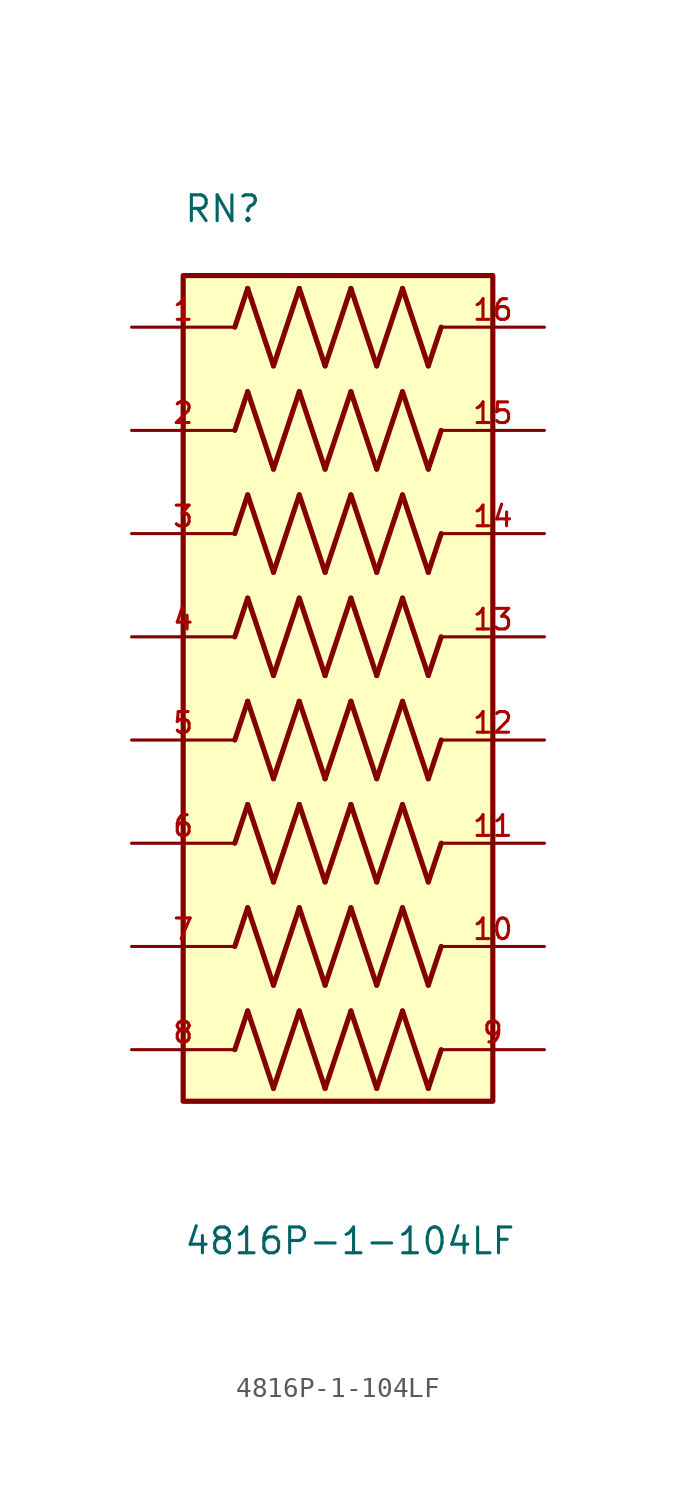
<source format=kicad_sym>
(kicad_symbol_lib
  (version 20211014)
  (generator kicad_symbol_editor)
  (symbol "4816P-1-104LF"
    (pin_names
      (offset 1.016))
    (property "Reference" "RN"
      (at -7.62 22.86 0)
      (effects (font (size 1.27 1.27)) (justify bottom left)))
    (property "Value" "4816P-1-104LF"
      (at -7.62 -27.94 0)
      (effects (font (size 1.27 1.27)) (justify bottom left)))
    (symbol "4816P-1-104LF_0_0"
      (polyline (pts (xy -5.08 -7.62) (xy -4.445 -5.715)) (stroke (width 0.254)))
      (polyline (pts (xy -4.445 -5.715) (xy -3.175 -9.525)) (stroke (width 0.254)))
      (polyline (pts (xy -3.175 -9.525) (xy -1.905 -5.715)) (stroke (width 0.254)))
      (polyline (pts (xy -1.905 -5.715) (xy -0.635 -9.525)) (stroke (width 0.254)))
      (polyline (pts (xy -0.635 -9.525) (xy 0.635 -5.715)) (stroke (width 0.254)))
      (polyline (pts (xy 0.635 -5.715) (xy 1.905 -9.525)) (stroke (width 0.254)))
      (polyline (pts (xy 1.905 -9.525) (xy 3.175 -5.715)) (stroke (width 0.254)))
      (polyline (pts (xy 3.175 -5.715) (xy 4.445 -9.525)) (stroke (width 0.254)))
      (polyline (pts (xy 4.445 -9.525) (xy 5.08 -7.62)) (stroke (width 0.254)))
      (polyline (pts (xy -5.08 -2.54) (xy -4.445 -0.635)) (stroke (width 0.254)))
      (polyline (pts (xy -4.445 -0.635) (xy -3.175 -4.445)) (stroke (width 0.254)))
      (polyline (pts (xy -3.175 -4.445) (xy -1.905 -0.635)) (stroke (width 0.254)))
      (polyline (pts (xy -1.905 -0.635) (xy -0.635 -4.445)) (stroke (width 0.254)))
      (polyline (pts (xy -0.635 -4.445) (xy 0.635 -0.635)) (stroke (width 0.254)))
      (polyline (pts (xy 0.635 -0.635) (xy 1.905 -4.445)) (stroke (width 0.254)))
      (polyline (pts (xy 1.905 -4.445) (xy 3.175 -0.635)) (stroke (width 0.254)))
      (polyline (pts (xy 3.175 -0.635) (xy 4.445 -4.445)) (stroke (width 0.254)))
      (polyline (pts (xy 4.445 -4.445) (xy 5.08 -2.54)) (stroke (width 0.254)))
      (polyline (pts (xy -5.08 2.54) (xy -4.445 4.445)) (stroke (width 0.254)))
      (polyline (pts (xy -4.445 4.445) (xy -3.175 0.635)) (stroke (width 0.254)))
      (polyline (pts (xy -3.175 0.635) (xy -1.905 4.445)) (stroke (width 0.254)))
      (polyline (pts (xy -1.905 4.445) (xy -0.635 0.635)) (stroke (width 0.254)))
      (polyline (pts (xy -0.635 0.635) (xy 0.635 4.445)) (stroke (width 0.254)))
      (polyline (pts (xy 0.635 4.445) (xy 1.905 0.635)) (stroke (width 0.254)))
      (polyline (pts (xy 1.905 0.635) (xy 3.175 4.445)) (stroke (width 0.254)))
      (polyline (pts (xy 3.175 4.445) (xy 4.445 0.635)) (stroke (width 0.254)))
      (polyline (pts (xy 4.445 0.635) (xy 5.08 2.54)) (stroke (width 0.254)))
      (polyline (pts (xy -5.08 7.62) (xy -4.445 9.525)) (stroke (width 0.254)))
      (polyline (pts (xy -4.445 9.525) (xy -3.175 5.715)) (stroke (width 0.254)))
      (polyline (pts (xy -3.175 5.715) (xy -1.905 9.525)) (stroke (width 0.254)))
      (polyline (pts (xy -1.905 9.525) (xy -0.635 5.715)) (stroke (width 0.254)))
      (polyline (pts (xy -0.635 5.715) (xy 0.635 9.525)) (stroke (width 0.254)))
      (polyline (pts (xy 0.635 9.525) (xy 1.905 5.715)) (stroke (width 0.254)))
      (polyline (pts (xy 1.905 5.715) (xy 3.175 9.525)) (stroke (width 0.254)))
      (polyline (pts (xy 3.175 9.525) (xy 4.445 5.715)) (stroke (width 0.254)))
      (polyline (pts (xy 4.445 5.715) (xy 5.08 7.62)) (stroke (width 0.254)))
      (polyline (pts (xy -5.08 12.7) (xy -4.445 14.605)) (stroke (width 0.254)))
      (polyline (pts (xy -4.445 14.605) (xy -3.175 10.795)) (stroke (width 0.254)))
      (polyline (pts (xy -3.175 10.795) (xy -1.905 14.605)) (stroke (width 0.254)))
      (polyline (pts (xy -1.905 14.605) (xy -0.635 10.795)) (stroke (width 0.254)))
      (polyline (pts (xy -0.635 10.795) (xy 0.635 14.605)) (stroke (width 0.254)))
      (polyline (pts (xy 0.635 14.605) (xy 1.905 10.795)) (stroke (width 0.254)))
      (polyline (pts (xy 1.905 10.795) (xy 3.175 14.605)) (stroke (width 0.254)))
      (polyline (pts (xy 3.175 14.605) (xy 4.445 10.795)) (stroke (width 0.254)))
      (polyline (pts (xy 4.445 10.795) (xy 5.08 12.7)) (stroke (width 0.254)))
      (polyline (pts (xy -5.08 17.78) (xy -4.445 19.685)) (stroke (width 0.254)))
      (polyline (pts (xy -4.445 19.685) (xy -3.175 15.875)) (stroke (width 0.254)))
      (polyline (pts (xy -3.175 15.875) (xy -1.905 19.685)) (stroke (width 0.254)))
      (polyline (pts (xy -1.905 19.685) (xy -0.635 15.875)) (stroke (width 0.254)))
      (polyline (pts (xy -0.635 15.875) (xy 0.635 19.685)) (stroke (width 0.254)))
      (polyline (pts (xy 0.635 19.685) (xy 1.905 15.875)) (stroke (width 0.254)))
      (polyline (pts (xy 1.905 15.875) (xy 3.175 19.685)) (stroke (width 0.254)))
      (polyline (pts (xy 3.175 19.685) (xy 4.445 15.875)) (stroke (width 0.254)))
      (polyline (pts (xy 4.445 15.875) (xy 5.08 17.78)) (stroke (width 0.254)))
      (polyline (pts (xy -5.08 -17.78) (xy -4.445 -15.875)) (stroke (width 0.254)))
      (polyline (pts (xy -4.445 -15.875) (xy -3.175 -19.685)) (stroke (width 0.254)))
      (polyline (pts (xy -3.175 -19.685) (xy -1.905 -15.875)) (stroke (width 0.254)))
      (polyline (pts (xy -1.905 -15.875) (xy -0.635 -19.685)) (stroke (width 0.254)))
      (polyline (pts (xy -0.635 -19.685) (xy 0.635 -15.875)) (stroke (width 0.254)))
      (polyline (pts (xy 0.635 -15.875) (xy 1.905 -19.685)) (stroke (width 0.254)))
      (polyline (pts (xy 1.905 -19.685) (xy 3.175 -15.875)) (stroke (width 0.254)))
      (polyline (pts (xy 3.175 -15.875) (xy 4.445 -19.685)) (stroke (width 0.254)))
      (polyline (pts (xy 4.445 -19.685) (xy 5.08 -17.78)) (stroke (width 0.254)))
      (polyline (pts (xy -5.08 -12.7) (xy -4.445 -10.795)) (stroke (width 0.254)))
      (polyline (pts (xy -4.445 -10.795) (xy -3.175 -14.605)) (stroke (width 0.254)))
      (polyline (pts (xy -3.175 -14.605) (xy -1.905 -10.795)) (stroke (width 0.254)))
      (polyline (pts (xy -1.905 -10.795) (xy -0.635 -14.605)) (stroke (width 0.254)))
      (polyline (pts (xy -0.635 -14.605) (xy 0.635 -10.795)) (stroke (width 0.254)))
      (polyline (pts (xy 0.635 -10.795) (xy 1.905 -14.605)) (stroke (width 0.254)))
      (polyline (pts (xy 1.905 -14.605) (xy 3.175 -10.795)) (stroke (width 0.254)))
      (polyline (pts (xy 3.175 -10.795) (xy 4.445 -14.605)) (stroke (width 0.254)))
      (polyline (pts (xy 4.445 -14.605) (xy 5.08 -12.7)) (stroke (width 0.254)))
      (rectangle (start -7.62 -20.32) (end 7.62 20.32) (stroke (width 0.254)) (fill (type background)))
      (pin passive line (at -10.16 -7.62 0) (length 5.08) (name "~" (effects (font (size 1.016 1.016)))) (number "6" (effects (font (size 1.016 1.016)))))
      (pin passive line (at 10.16 -7.62 180.0) (length 5.08) (name "~" (effects (font (size 1.016 1.016)))) (number "11" (effects (font (size 1.016 1.016)))))
      (pin passive line (at -10.16 -2.54 0) (length 5.08) (name "~" (effects (font (size 1.016 1.016)))) (number "5" (effects (font (size 1.016 1.016)))))
      (pin passive line (at 10.16 -2.54 180.0) (length 5.08) (name "~" (effects (font (size 1.016 1.016)))) (number "12" (effects (font (size 1.016 1.016)))))
      (pin passive line (at -10.16 2.54 0) (length 5.08) (name "~" (effects (font (size 1.016 1.016)))) (number "4" (effects (font (size 1.016 1.016)))))
      (pin passive line (at 10.16 2.54 180.0) (length 5.08) (name "~" (effects (font (size 1.016 1.016)))) (number "13" (effects (font (size 1.016 1.016)))))
      (pin passive line (at -10.16 7.62 0) (length 5.08) (name "~" (effects (font (size 1.016 1.016)))) (number "3" (effects (font (size 1.016 1.016)))))
      (pin passive line (at 10.16 7.62 180.0) (length 5.08) (name "~" (effects (font (size 1.016 1.016)))) (number "14" (effects (font (size 1.016 1.016)))))
      (pin passive line (at -10.16 12.7 0) (length 5.08) (name "~" (effects (font (size 1.016 1.016)))) (number "2" (effects (font (size 1.016 1.016)))))
      (pin passive line (at 10.16 12.7 180.0) (length 5.08) (name "~" (effects (font (size 1.016 1.016)))) (number "15" (effects (font (size 1.016 1.016)))))
      (pin passive line (at -10.16 17.78 0) (length 5.08) (name "~" (effects (font (size 1.016 1.016)))) (number "1" (effects (font (size 1.016 1.016)))))
      (pin passive line (at 10.16 17.78 180.0) (length 5.08) (name "~" (effects (font (size 1.016 1.016)))) (number "16" (effects (font (size 1.016 1.016)))))
      (pin passive line (at -10.16 -17.78 0) (length 5.08) (name "~" (effects (font (size 1.016 1.016)))) (number "8" (effects (font (size 1.016 1.016)))))
      (pin passive line (at 10.16 -17.78 180.0) (length 5.08) (name "~" (effects (font (size 1.016 1.016)))) (number "9" (effects (font (size 1.016 1.016)))))
      (pin passive line (at -10.16 -12.7 0) (length 5.08) (name "~" (effects (font (size 1.016 1.016)))) (number "7" (effects (font (size 1.016 1.016)))))
      (pin passive line (at 10.16 -12.7 180.0) (length 5.08) (name "~" (effects (font (size 1.016 1.016)))) (number "10" (effects (font (size 1.016 1.016))))))))
</source>
